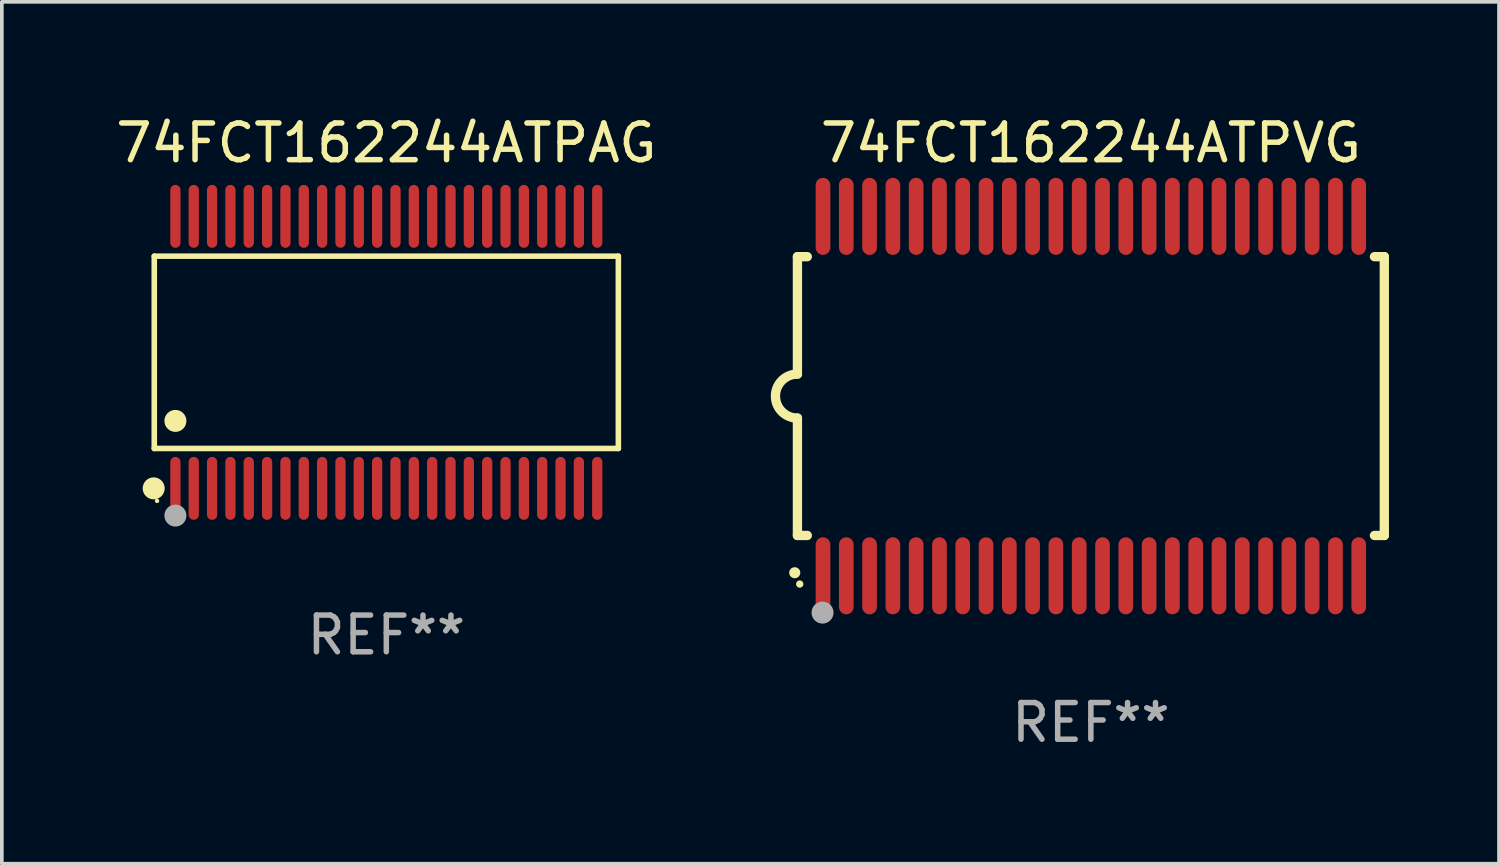
<source format=kicad_pcb>
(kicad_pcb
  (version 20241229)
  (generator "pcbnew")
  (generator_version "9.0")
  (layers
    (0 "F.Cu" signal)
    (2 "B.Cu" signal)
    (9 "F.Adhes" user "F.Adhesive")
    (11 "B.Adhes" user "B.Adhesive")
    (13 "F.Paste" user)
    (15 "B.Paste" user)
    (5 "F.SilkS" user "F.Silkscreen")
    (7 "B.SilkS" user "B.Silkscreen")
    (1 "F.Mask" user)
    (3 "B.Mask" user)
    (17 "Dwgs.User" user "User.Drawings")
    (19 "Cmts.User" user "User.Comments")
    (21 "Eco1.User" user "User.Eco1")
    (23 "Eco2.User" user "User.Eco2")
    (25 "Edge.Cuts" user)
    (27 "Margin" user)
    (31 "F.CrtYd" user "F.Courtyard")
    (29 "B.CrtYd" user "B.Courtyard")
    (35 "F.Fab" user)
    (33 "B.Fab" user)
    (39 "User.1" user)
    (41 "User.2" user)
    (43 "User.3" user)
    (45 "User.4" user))
  (footprint "74FCT162244ATPAG"
    (layer "F.Cu")
    (at 7.482 6.556)
    (property "Reference" "74FCT162244ATPAG" (at 0 -5.708 0) (layer "F.SilkS") (effects (font (size 1 1) (thickness 0.15))))
    (attr through_hole)
    (fp_line (start -6.326 -2.622) (end 6.326 -2.622) (stroke (width 0.152) (type solid)) (layer "F.SilkS"))
    (fp_line (start -6.326 2.621) (end -6.326 -2.622) (stroke (width 0.152) (type solid)) (layer "F.SilkS"))
    (fp_line (start 6.326 -2.622) (end 6.326 2.621) (stroke (width 0.152) (type solid)) (layer "F.SilkS"))
    (fp_line (start 6.326 2.621) (end -6.326 2.621) (stroke (width 0.152) (type solid)) (layer "F.SilkS"))
    (fp_circle (center -6.342 3.708) (end -6.192 3.708) (stroke (width 0.3) (type solid)) (fill no) (layer "F.SilkS"))
    (fp_circle (center -6.25 4.05) (end -6.22 4.05) (stroke (width 0.06) (type solid)) (fill no) (layer "F.SilkS"))
    (fp_circle (center -5.75 1.869) (end -5.6 1.869) (stroke (width 0.3) (type solid)) (fill no) (layer "F.SilkS"))
    (fp_circle (center -5.75 4.45) (end -5.6 4.45) (stroke (width 0.3) (type solid)) (fill no) (layer "F.Fab"))
    (fp_text user "REF**" (at 0 7.708 0) (layer "F.Fab") (effects (font (size 1 1) (thickness 0.15))))
    (pad "1" smd oval (at -5.75 3.708) (size 0.28 1.715) (layers "F.Cu" "F.Mask" "F.Paste"))
    (pad "2" smd oval (at -5.25 3.708) (size 0.28 1.715) (layers "F.Cu" "F.Mask" "F.Paste"))
    (pad "3" smd oval (at -4.75 3.708) (size 0.28 1.715) (layers "F.Cu" "F.Mask" "F.Paste"))
    (pad "4" smd oval (at -4.25 3.708) (size 0.28 1.715) (layers "F.Cu" "F.Mask" "F.Paste"))
    (pad "5" smd oval (at -3.75 3.708) (size 0.28 1.715) (layers "F.Cu" "F.Mask" "F.Paste"))
    (pad "6" smd oval (at -3.25 3.708) (size 0.28 1.715) (layers "F.Cu" "F.Mask" "F.Paste"))
    (pad "7" smd oval (at -2.75 3.708) (size 0.28 1.715) (layers "F.Cu" "F.Mask" "F.Paste"))
    (pad "8" smd oval (at -2.25 3.708) (size 0.28 1.715) (layers "F.Cu" "F.Mask" "F.Paste"))
    (pad "9" smd oval (at -1.75 3.708) (size 0.28 1.715) (layers "F.Cu" "F.Mask" "F.Paste"))
    (pad "10" smd oval (at -1.25 3.708) (size 0.28 1.715) (layers "F.Cu" "F.Mask" "F.Paste"))
    (pad "11" smd oval (at -0.75 3.708) (size 0.28 1.715) (layers "F.Cu" "F.Mask" "F.Paste"))
    (pad "12" smd oval (at -0.25 3.708) (size 0.28 1.715) (layers "F.Cu" "F.Mask" "F.Paste"))
    (pad "13" smd oval (at 0.25 3.708) (size 0.28 1.715) (layers "F.Cu" "F.Mask" "F.Paste"))
    (pad "14" smd oval (at 0.75 3.708) (size 0.28 1.715) (layers "F.Cu" "F.Mask" "F.Paste"))
    (pad "15" smd oval (at 1.25 3.708) (size 0.28 1.715) (layers "F.Cu" "F.Mask" "F.Paste"))
    (pad "16" smd oval (at 1.75 3.708) (size 0.28 1.715) (layers "F.Cu" "F.Mask" "F.Paste"))
    (pad "17" smd oval (at 2.25 3.708) (size 0.28 1.715) (layers "F.Cu" "F.Mask" "F.Paste"))
    (pad "18" smd oval (at 2.75 3.708) (size 0.28 1.715) (layers "F.Cu" "F.Mask" "F.Paste"))
    (pad "19" smd oval (at 3.25 3.708) (size 0.28 1.715) (layers "F.Cu" "F.Mask" "F.Paste"))
    (pad "20" smd oval (at 3.75 3.708) (size 0.28 1.715) (layers "F.Cu" "F.Mask" "F.Paste"))
    (pad "21" smd oval (at 4.25 3.708) (size 0.28 1.715) (layers "F.Cu" "F.Mask" "F.Paste"))
    (pad "22" smd oval (at 4.75 3.708) (size 0.28 1.715) (layers "F.Cu" "F.Mask" "F.Paste"))
    (pad "23" smd oval (at 5.25 3.708) (size 0.28 1.715) (layers "F.Cu" "F.Mask" "F.Paste"))
    (pad "24" smd oval (at 5.75 3.708) (size 0.28 1.715) (layers "F.Cu" "F.Mask" "F.Paste"))
    (pad "25" smd oval (at 5.75 -3.708) (size 0.28 1.715) (layers "F.Cu" "F.Mask" "F.Paste"))
    (pad "26" smd oval (at 5.25 -3.708) (size 0.28 1.715) (layers "F.Cu" "F.Mask" "F.Paste"))
    (pad "27" smd oval (at 4.75 -3.708) (size 0.28 1.715) (layers "F.Cu" "F.Mask" "F.Paste"))
    (pad "28" smd oval (at 4.25 -3.708) (size 0.28 1.715) (layers "F.Cu" "F.Mask" "F.Paste"))
    (pad "29" smd oval (at 3.75 -3.708) (size 0.28 1.715) (layers "F.Cu" "F.Mask" "F.Paste"))
    (pad "30" smd oval (at 3.25 -3.708) (size 0.28 1.715) (layers "F.Cu" "F.Mask" "F.Paste"))
    (pad "31" smd oval (at 2.75 -3.708) (size 0.28 1.715) (layers "F.Cu" "F.Mask" "F.Paste"))
    (pad "32" smd oval (at 2.25 -3.708) (size 0.28 1.715) (layers "F.Cu" "F.Mask" "F.Paste"))
    (pad "33" smd oval (at 1.75 -3.708) (size 0.28 1.715) (layers "F.Cu" "F.Mask" "F.Paste"))
    (pad "34" smd oval (at 1.25 -3.708) (size 0.28 1.715) (layers "F.Cu" "F.Mask" "F.Paste"))
    (pad "35" smd oval (at 0.75 -3.708) (size 0.28 1.715) (layers "F.Cu" "F.Mask" "F.Paste"))
    (pad "36" smd oval (at 0.25 -3.708) (size 0.28 1.715) (layers "F.Cu" "F.Mask" "F.Paste"))
    (pad "37" smd oval (at -0.25 -3.708) (size 0.28 1.715) (layers "F.Cu" "F.Mask" "F.Paste"))
    (pad "38" smd oval (at -0.75 -3.708) (size 0.28 1.715) (layers "F.Cu" "F.Mask" "F.Paste"))
    (pad "39" smd oval (at -1.25 -3.708) (size 0.28 1.715) (layers "F.Cu" "F.Mask" "F.Paste"))
    (pad "40" smd oval (at -1.75 -3.708) (size 0.28 1.715) (layers "F.Cu" "F.Mask" "F.Paste"))
    (pad "41" smd oval (at -2.25 -3.708) (size 0.28 1.715) (layers "F.Cu" "F.Mask" "F.Paste"))
    (pad "42" smd oval (at -2.75 -3.708) (size 0.28 1.715) (layers "F.Cu" "F.Mask" "F.Paste"))
    (pad "43" smd oval (at -3.25 -3.708) (size 0.28 1.715) (layers "F.Cu" "F.Mask" "F.Paste"))
    (pad "44" smd oval (at -3.75 -3.708) (size 0.28 1.715) (layers "F.Cu" "F.Mask" "F.Paste"))
    (pad "45" smd oval (at -4.25 -3.708) (size 0.28 1.715) (layers "F.Cu" "F.Mask" "F.Paste"))
    (pad "46" smd oval (at -4.75 -3.708) (size 0.28 1.715) (layers "F.Cu" "F.Mask" "F.Paste"))
    (pad "47" smd oval (at -5.25 -3.708) (size 0.28 1.715) (layers "F.Cu" "F.Mask" "F.Paste"))
    (pad "48" smd oval (at -5.75 -3.708) (size 0.28 1.715) (layers "F.Cu" "F.Mask" "F.Paste")))
  (footprint "74FCT162244ATPVG"
    (layer "F.Cu")
    (at 26.69 7.748)
    (property "Reference" "74FCT162244ATPVG" (at 0 -6.9 0) (layer "F.SilkS") (effects (font (size 1 1) (thickness 0.15))))
    (attr through_hole)
    (fp_line (start -8 -3.8) (end -8 -0.599) (stroke (width 0.254) (type solid)) (layer "F.SilkS"))
    (fp_line (start -8 -3.8) (end -7.731 -3.8) (stroke (width 0.254) (type solid)) (layer "F.SilkS"))
    (fp_line (start -8 3.8) (end -8 0.599) (stroke (width 0.254) (type solid)) (layer "F.SilkS"))
    (fp_line (start -7.731 3.8) (end -8 3.8) (stroke (width 0.254) (type solid)) (layer "F.SilkS"))
    (fp_line (start 7.731 -3.8) (end 8 -3.8) (stroke (width 0.254) (type solid)) (layer "F.SilkS"))
    (fp_line (start 8 -3.8) (end 8 3.8) (stroke (width 0.254) (type solid)) (layer "F.SilkS"))
    (fp_line (start 8 3.8) (end 7.731 3.8) (stroke (width 0.254) (type solid)) (layer "F.SilkS"))
    (fp_arc (start -8.074676 4.81585) (mid -8.073406 4.815845) (end -8.072136 4.81585) (stroke (width 0.3) (type solid)) (layer "F.SilkS"))
    (fp_arc (start -8.000025 0.6) (mid -8.598908 0.00056) (end -8.000027 -0.598882) (stroke (width 0.254001) (type solid)) (layer "F.SilkS"))
    (fp_circle (center -7.937 5.125) (end -7.887 5.125) (stroke (width 0.1) (type solid)) (fill no) (layer "F.SilkS"))
    (fp_circle (center -7.315 5.903) (end -7.165 5.903) (stroke (width 0.3) (type solid)) (fill no) (layer "F.Fab"))
    (fp_text user "REF**" (at 0 8.9 0) (layer "F.Fab") (effects (font (size 1 1) (thickness 0.15))))
    (pad "1" smd oval (at -7.303 4.9) (size 0.4 2.1) (layers "F.Cu" "F.Mask" "F.Paste"))
    (pad "2" smd oval (at -6.668 4.9) (size 0.4 2.1) (layers "F.Cu" "F.Mask" "F.Paste"))
    (pad "3" smd oval (at -6.033 4.9) (size 0.4 2.1) (layers "F.Cu" "F.Mask" "F.Paste"))
    (pad "4" smd oval (at -5.398 4.9) (size 0.4 2.1) (layers "F.Cu" "F.Mask" "F.Paste"))
    (pad "5" smd oval (at -4.763 4.9) (size 0.4 2.1) (layers "F.Cu" "F.Mask" "F.Paste"))
    (pad "6" smd oval (at -4.128 4.9) (size 0.4 2.1) (layers "F.Cu" "F.Mask" "F.Paste"))
    (pad "7" smd oval (at -3.493 4.9) (size 0.4 2.1) (layers "F.Cu" "F.Mask" "F.Paste"))
    (pad "8" smd oval (at -2.858 4.9) (size 0.4 2.1) (layers "F.Cu" "F.Mask" "F.Paste"))
    (pad "9" smd oval (at -2.223 4.9) (size 0.4 2.1) (layers "F.Cu" "F.Mask" "F.Paste"))
    (pad "10" smd oval (at -1.588 4.9) (size 0.4 2.1) (layers "F.Cu" "F.Mask" "F.Paste"))
    (pad "11" smd oval (at -0.953 4.9) (size 0.4 2.1) (layers "F.Cu" "F.Mask" "F.Paste"))
    (pad "12" smd oval (at -0.318 4.9) (size 0.4 2.1) (layers "F.Cu" "F.Mask" "F.Paste"))
    (pad "13" smd oval (at 0.318 4.9) (size 0.4 2.1) (layers "F.Cu" "F.Mask" "F.Paste"))
    (pad "14" smd oval (at 0.953 4.9) (size 0.4 2.1) (layers "F.Cu" "F.Mask" "F.Paste"))
    (pad "15" smd oval (at 1.588 4.9) (size 0.4 2.1) (layers "F.Cu" "F.Mask" "F.Paste"))
    (pad "16" smd oval (at 2.223 4.9) (size 0.4 2.1) (layers "F.Cu" "F.Mask" "F.Paste"))
    (pad "17" smd oval (at 2.858 4.9) (size 0.4 2.1) (layers "F.Cu" "F.Mask" "F.Paste"))
    (pad "18" smd oval (at 3.493 4.9) (size 0.4 2.1) (layers "F.Cu" "F.Mask" "F.Paste"))
    (pad "19" smd oval (at 4.128 4.9) (size 0.4 2.1) (layers "F.Cu" "F.Mask" "F.Paste"))
    (pad "20" smd oval (at 4.763 4.9) (size 0.4 2.1) (layers "F.Cu" "F.Mask" "F.Paste"))
    (pad "21" smd oval (at 5.398 4.9) (size 0.4 2.1) (layers "F.Cu" "F.Mask" "F.Paste"))
    (pad "22" smd oval (at 6.033 4.9) (size 0.4 2.1) (layers "F.Cu" "F.Mask" "F.Paste"))
    (pad "23" smd oval (at 6.668 4.9) (size 0.4 2.1) (layers "F.Cu" "F.Mask" "F.Paste"))
    (pad "24" smd oval (at 7.303 4.9) (size 0.4 2.1) (layers "F.Cu" "F.Mask" "F.Paste"))
    (pad "25" smd oval (at 7.303 -4.9 180) (size 0.4 2.1) (layers "F.Cu" "F.Mask" "F.Paste"))
    (pad "26" smd oval (at 6.668 -4.9 180) (size 0.4 2.1) (layers "F.Cu" "F.Mask" "F.Paste"))
    (pad "27" smd oval (at 6.033 -4.9 180) (size 0.4 2.1) (layers "F.Cu" "F.Mask" "F.Paste"))
    (pad "28" smd oval (at 5.398 -4.9 180) (size 0.4 2.1) (layers "F.Cu" "F.Mask" "F.Paste"))
    (pad "29" smd oval (at 4.763 -4.9 180) (size 0.4 2.1) (layers "F.Cu" "F.Mask" "F.Paste"))
    (pad "30" smd oval (at 4.128 -4.9 180) (size 0.4 2.1) (layers "F.Cu" "F.Mask" "F.Paste"))
    (pad "31" smd oval (at 3.493 -4.9 180) (size 0.4 2.1) (layers "F.Cu" "F.Mask" "F.Paste"))
    (pad "32" smd oval (at 2.858 -4.9 180) (size 0.4 2.1) (layers "F.Cu" "F.Mask" "F.Paste"))
    (pad "33" smd oval (at 2.223 -4.9 180) (size 0.4 2.1) (layers "F.Cu" "F.Mask" "F.Paste"))
    (pad "34" smd oval (at 1.588 -4.9 180) (size 0.4 2.1) (layers "F.Cu" "F.Mask" "F.Paste"))
    (pad "35" smd oval (at 0.953 -4.9 180) (size 0.4 2.1) (layers "F.Cu" "F.Mask" "F.Paste"))
    (pad "36" smd oval (at 0.318 -4.9 180) (size 0.4 2.1) (layers "F.Cu" "F.Mask" "F.Paste"))
    (pad "37" smd oval (at -0.318 -4.9 180) (size 0.4 2.1) (layers "F.Cu" "F.Mask" "F.Paste"))
    (pad "38" smd oval (at -0.953 -4.9 180) (size 0.4 2.1) (layers "F.Cu" "F.Mask" "F.Paste"))
    (pad "39" smd oval (at -1.588 -4.9 180) (size 0.4 2.1) (layers "F.Cu" "F.Mask" "F.Paste"))
    (pad "40" smd oval (at -2.223 -4.9 180) (size 0.4 2.1) (layers "F.Cu" "F.Mask" "F.Paste"))
    (pad "41" smd oval (at -2.858 -4.9 180) (size 0.4 2.1) (layers "F.Cu" "F.Mask" "F.Paste"))
    (pad "42" smd oval (at -3.493 -4.9 180) (size 0.4 2.1) (layers "F.Cu" "F.Mask" "F.Paste"))
    (pad "43" smd oval (at -4.128 -4.9 180) (size 0.4 2.1) (layers "F.Cu" "F.Mask" "F.Paste"))
    (pad "44" smd oval (at -4.763 -4.9 180) (size 0.4 2.1) (layers "F.Cu" "F.Mask" "F.Paste"))
    (pad "45" smd oval (at -5.398 -4.9 180) (size 0.4 2.1) (layers "F.Cu" "F.Mask" "F.Paste"))
    (pad "46" smd oval (at -6.033 -4.9 180) (size 0.4 2.1) (layers "F.Cu" "F.Mask" "F.Paste"))
    (pad "47" smd oval (at -6.668 -4.9 180) (size 0.4 2.1) (layers "F.Cu" "F.Mask" "F.Paste"))
    (pad "48" smd oval (at -7.303 -4.9 180) (size 0.4 2.1) (layers "F.Cu" "F.Mask" "F.Paste")))
  (gr_rect
    (start -3 -3)
    (end 37.817 20.496)
    (stroke (width 0.1) (type default))
    (fill no)
    (layer "Edge.Cuts")))
</source>
